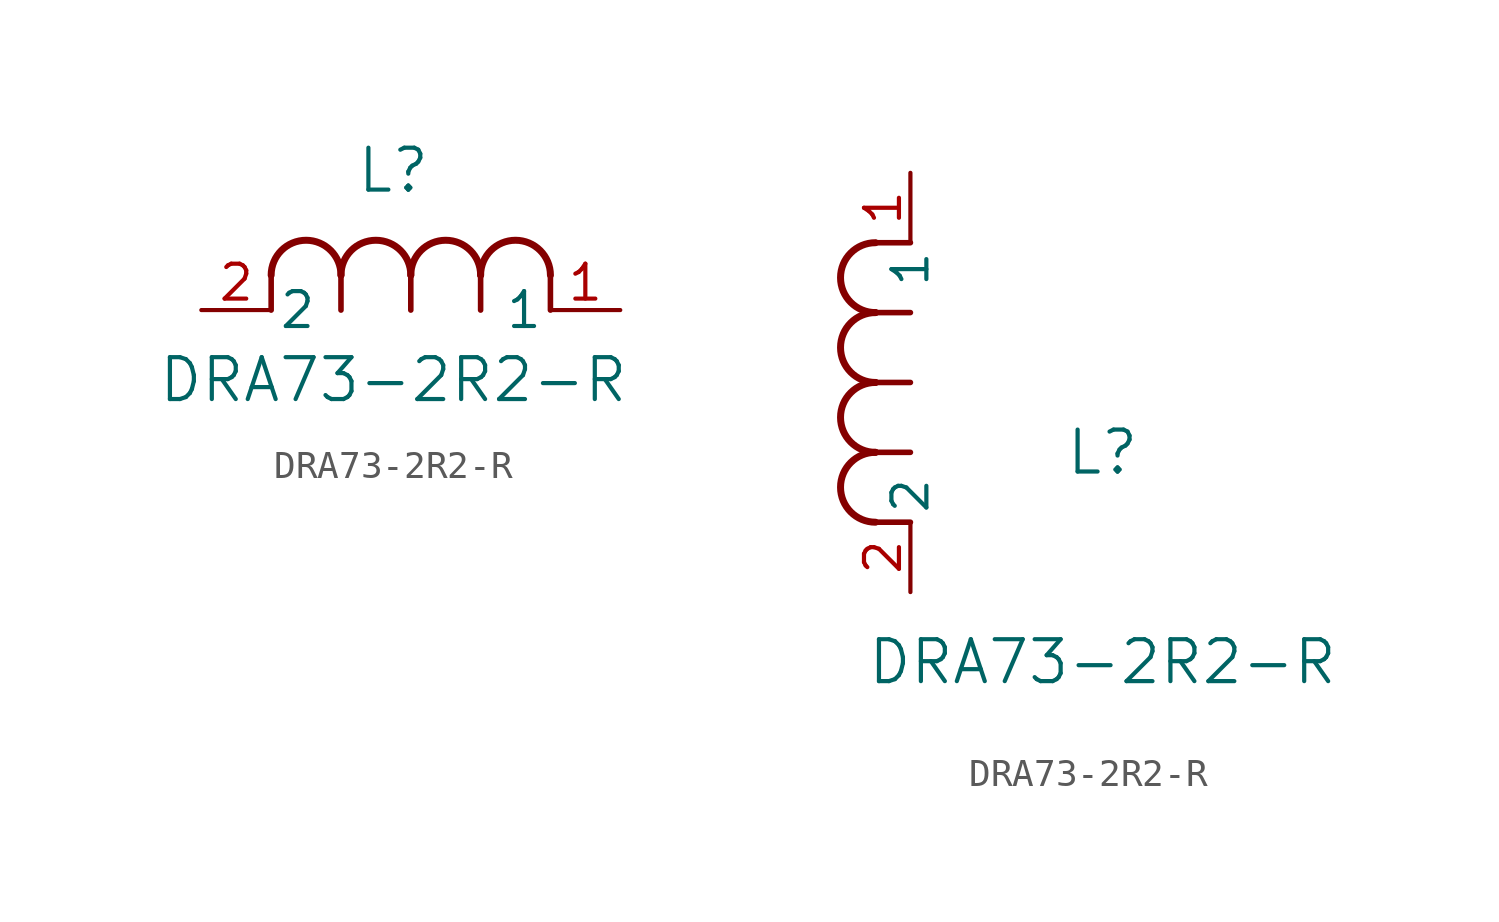
<source format=kicad_sym>
(kicad_symbol_lib
  (version 20211014)
  (generator kicad_symbol_editor)
  (symbol "DRA73-2R2-R"
    (pin_names
      (offset 0.254))
    (property "Reference" "L"
      (at 6.985 5.08 0)
      (effects (font (size 1.524 1.524))))
    (property "Value" "DRA73-2R2-R"
      (at 6.985 -2.54 0)
      (effects (font (size 1.524 1.524))))
    (symbol "DRA73-2R2-R_1_1"
      (arc (start 7.62 1.27) (mid 6.35 2.54) (end 5.08 1.27) (stroke (width 0.254) (type default) (color 0 0 0 0)) (fill (type none)))
      (polyline (pts (xy 5.08 0) (xy 5.08 1.27)) (stroke (width 0.203) (type default) (color 0 0 0 0)) (fill (type none)))
      (polyline (pts (xy 7.62 0) (xy 7.62 1.27)) (stroke (width 0.203) (type default) (color 0 0 0 0)) (fill (type none)))
      (polyline (pts (xy 12.7 0) (xy 12.7 1.27)) (stroke (width 0.203) (type default) (color 0 0 0 0)) (fill (type none)))
      (arc (start 5.08 1.27) (mid 3.81 2.54) (end 2.54 1.27) (stroke (width 0.254) (type default) (color 0 0 0 0)) (fill (type none)))
      (arc (start 10.16 1.27) (mid 8.89 2.54) (end 7.62 1.27) (stroke (width 0.254) (type default) (color 0 0 0 0)) (fill (type none)))
      (arc (start 12.7 1.27) (mid 11.43 2.54) (end 10.16 1.27) (stroke (width 0.254) (type default) (color 0 0 0 0)) (fill (type none)))
      (polyline (pts (xy 2.54 0) (xy 2.54 1.27)) (stroke (width 0.203) (type default) (color 0 0 0 0)) (fill (type none)))
      (polyline (pts (xy 10.16 0) (xy 10.16 1.27)) (stroke (width 0.203) (type default) (color 0 0 0 0)) (fill (type none)))
      (pin unspecified line (at 0 0 0) (length 2.54) (name "2" (effects (font (size 1.27 1.27)))) (number "2" (effects (font (size 1.27 1.27)))))
      (pin unspecified line (at 15.24 0 180) (length 2.54) (name "1" (effects (font (size 1.27 1.27)))) (number "1" (effects (font (size 1.27 1.27))))))
    (symbol "DRA73-2R2-R_1_2"
      (arc (start -1.27 7.62) (mid -2.54 6.35) (end -1.27 5.08) (stroke (width 0.254) (type default) (color 0 0 0 0)) (fill (type none)))
      (arc (start -1.27 5.08) (mid -2.54 3.81) (end -1.27 2.54) (stroke (width 0.254) (type default) (color 0 0 0 0)) (fill (type none)))
      (arc (start -1.27 12.7) (mid -2.54 11.43) (end -1.27 10.16) (stroke (width 0.254) (type default) (color 0 0 0 0)) (fill (type none)))
      (arc (start -1.27 10.16) (mid -2.54 8.89) (end -1.27 7.62) (stroke (width 0.254) (type default) (color 0 0 0 0)) (fill (type none)))
      (polyline (pts (xy 0 7.62) (xy -1.27 7.62)) (stroke (width 0.203) (type default) (color 0 0 0 0)) (fill (type none)))
      (polyline (pts (xy 0 5.08) (xy -1.27 5.08)) (stroke (width 0.203) (type default) (color 0 0 0 0)) (fill (type none)))
      (polyline (pts (xy 0 12.7) (xy -1.27 12.7)) (stroke (width 0.203) (type default) (color 0 0 0 0)) (fill (type none)))
      (polyline (pts (xy 0 2.54) (xy -1.27 2.54)) (stroke (width 0.203) (type default) (color 0 0 0 0)) (fill (type none)))
      (polyline (pts (xy 0 10.16) (xy -1.27 10.16)) (stroke (width 0.203) (type default) (color 0 0 0 0)) (fill (type none)))
      (pin unspecified line (at 0 0 90) (length 2.54) (name "2" (effects (font (size 1.27 1.27)))) (number "2" (effects (font (size 1.27 1.27)))))
      (pin unspecified line (at 0 15.24 270) (length 2.54) (name "1" (effects (font (size 1.27 1.27)))) (number "1" (effects (font (size 1.27 1.27))))))))
</source>
